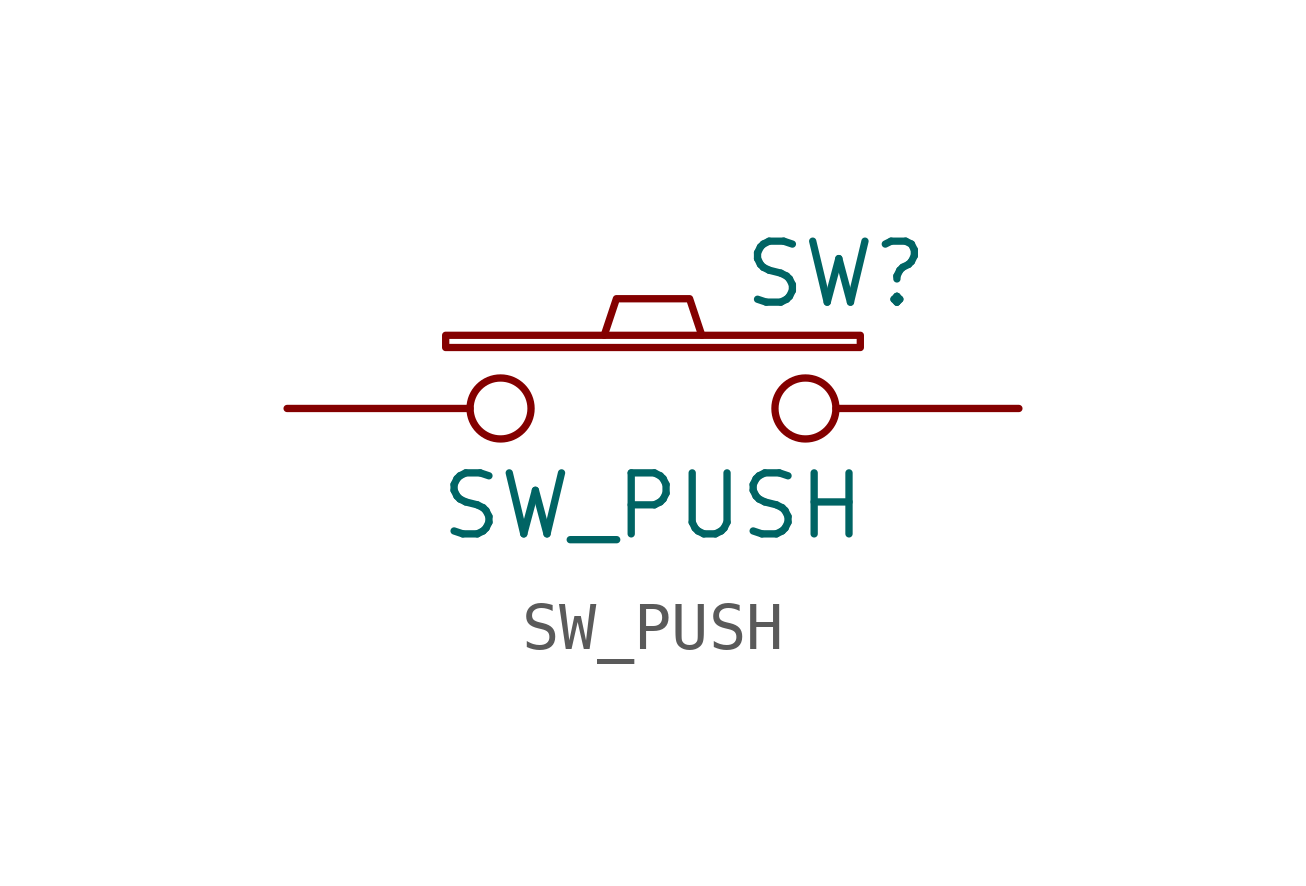
<source format=kicad_sym>
(kicad_symbol_lib
  (version 20241209)
  (generator "kicad_symbol_editor")
  (generator_version "9.0")
  (symbol "SW_PUSH"
    (pin_numbers
      (hide yes))
    (pin_names
      (offset 1.016)
      (hide yes))
    (property "Reference" "SW"
      (at 3.81 2.794 0)
      (effects (font (size 1.27 1.27))))
    (property "Value" "SW_PUSH"
      (at 0 -2.032 0)
      (effects (font (size 1.27 1.27))))
    (symbol "SW_PUSH_0_1"
      (rectangle (start -4.318 1.524) (end 4.318 1.27) (stroke (width 0) (type solid)) (fill (type none)))
      (polyline (pts (xy -1.016 1.524) (xy -0.762 2.286) (xy 0.762 2.286) (xy 1.016 1.524)) (stroke (width 0) (type solid)) (fill (type none)))
      (pin passive inverted (at -7.62 0 0) (length 5.08) (name "1" (effects (font (size 1.27 1.27)))) (number "1" (effects (font (size 1.27 1.27)))))
      (pin passive inverted (at 7.62 0 180) (length 5.08) (name "2" (effects (font (size 1.27 1.27)))) (number "2" (effects (font (size 1.27 1.27))))))))
</source>
